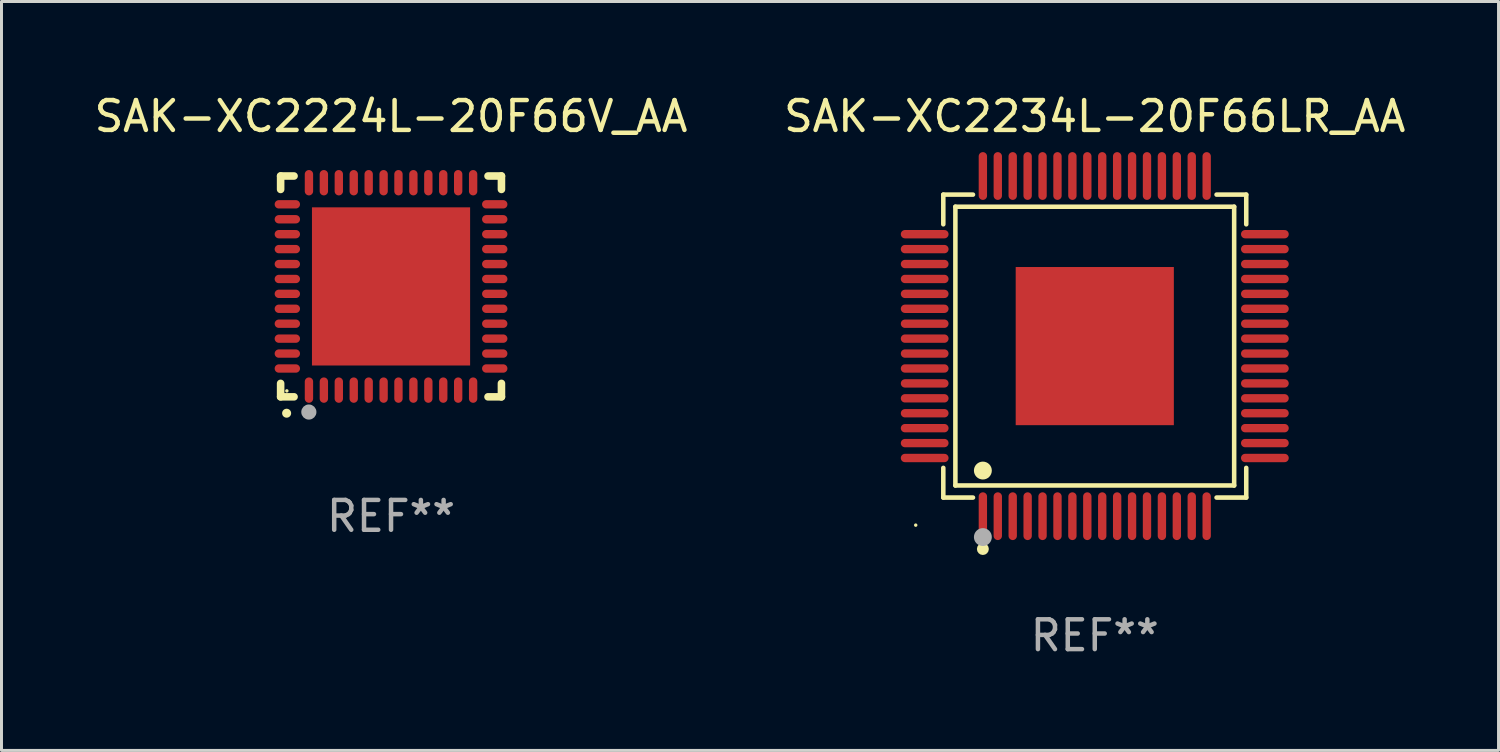
<source format=kicad_pcb>
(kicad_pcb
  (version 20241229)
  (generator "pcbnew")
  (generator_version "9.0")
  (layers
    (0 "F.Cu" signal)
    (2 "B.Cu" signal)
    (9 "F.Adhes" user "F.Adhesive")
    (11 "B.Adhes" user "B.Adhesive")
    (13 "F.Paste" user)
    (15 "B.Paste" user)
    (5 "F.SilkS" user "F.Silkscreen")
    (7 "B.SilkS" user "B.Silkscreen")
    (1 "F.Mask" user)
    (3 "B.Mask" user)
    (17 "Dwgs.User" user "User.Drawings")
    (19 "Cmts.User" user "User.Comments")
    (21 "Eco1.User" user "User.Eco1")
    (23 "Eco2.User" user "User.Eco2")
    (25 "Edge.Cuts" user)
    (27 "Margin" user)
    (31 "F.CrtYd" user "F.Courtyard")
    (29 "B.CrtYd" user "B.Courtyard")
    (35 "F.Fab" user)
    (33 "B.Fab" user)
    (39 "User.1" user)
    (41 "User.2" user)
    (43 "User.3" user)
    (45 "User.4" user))
  (footprint "SAK-XC2224L-20F66V_AA"
    (layer "F.Cu")
    (at 10.054 6.548)
    (property "Reference" "SAK-XC2224L-20F66V_AA" (at 0 -5.7 0) (layer "F.SilkS") (effects (font (size 1 1) (thickness 0.15))))
    (attr through_hole)
    (fp_line (start -3.7 -3.7) (end -3.25 -3.7) (stroke (width 0.254) (type solid)) (layer "F.SilkS"))
    (fp_line (start -3.7 -3.25) (end -3.7 -3.7) (stroke (width 0.254) (type solid)) (layer "F.SilkS"))
    (fp_line (start -3.7 3.7) (end -3.7 3.25) (stroke (width 0.254) (type solid)) (layer "F.SilkS"))
    (fp_line (start -3.25 3.7) (end -3.7 3.7) (stroke (width 0.254) (type solid)) (layer "F.SilkS"))
    (fp_line (start 3.25 3.7) (end 3.7 3.7) (stroke (width 0.254) (type solid)) (layer "F.SilkS"))
    (fp_line (start 3.7 -3.7) (end 3.25 -3.7) (stroke (width 0.254) (type solid)) (layer "F.SilkS"))
    (fp_line (start 3.7 -3.25) (end 3.7 -3.7) (stroke (width 0.254) (type solid)) (layer "F.SilkS"))
    (fp_line (start 3.7 3.7) (end 3.7 3.25) (stroke (width 0.254) (type solid)) (layer "F.SilkS"))
    (fp_arc (start -3.500127 4.249428) (mid -3.498857 4.249423) (end -3.497587 4.249428) (stroke (width 0.3) (type solid)) (layer "F.SilkS"))
    (fp_circle (center -3.491 3.501) (end -3.461 3.501) (stroke (width 0.06) (type solid)) (fill no) (layer "F.SilkS"))
    (fp_circle (center -2.754 4.21) (end -2.627 4.21) (stroke (width 0.254) (type solid)) (fill no) (layer "F.Fab"))
    (fp_text user "REF**" (at 0 7.7 0) (layer "F.Fab") (effects (font (size 1 1) (thickness 0.15))))
    (pad "1" smd oval (at -2.751 3.475) (size 0.28 0.85) (layers "F.Cu" "F.Mask" "F.Paste"))
    (pad "2" smd oval (at -2.251 3.475) (size 0.28 0.85) (layers "F.Cu" "F.Mask" "F.Paste"))
    (pad "3" smd oval (at -1.75 3.475) (size 0.28 0.85) (layers "F.Cu" "F.Mask" "F.Paste"))
    (pad "4" smd oval (at -1.25 3.475) (size 0.28 0.85) (layers "F.Cu" "F.Mask" "F.Paste"))
    (pad "5" smd oval (at -0.749 3.475) (size 0.28 0.85) (layers "F.Cu" "F.Mask" "F.Paste"))
    (pad "6" smd oval (at -0.249 3.475) (size 0.28 0.85) (layers "F.Cu" "F.Mask" "F.Paste"))
    (pad "7" smd oval (at 0.249 3.475) (size 0.28 0.85) (layers "F.Cu" "F.Mask" "F.Paste"))
    (pad "8" smd oval (at 0.749 3.475) (size 0.28 0.85) (layers "F.Cu" "F.Mask" "F.Paste"))
    (pad "9" smd oval (at 1.25 3.475) (size 0.28 0.85) (layers "F.Cu" "F.Mask" "F.Paste"))
    (pad "10" smd oval (at 1.75 3.475) (size 0.28 0.85) (layers "F.Cu" "F.Mask" "F.Paste"))
    (pad "11" smd oval (at 2.25 3.475) (size 0.28 0.85) (layers "F.Cu" "F.Mask" "F.Paste"))
    (pad "12" smd oval (at 2.751 3.475) (size 0.28 0.85) (layers "F.Cu" "F.Mask" "F.Paste"))
    (pad "13" smd oval (at 3.475 2.751) (size 0.85 0.28) (layers "F.Cu" "F.Mask" "F.Paste"))
    (pad "14" smd oval (at 3.475 2.251) (size 0.85 0.28) (layers "F.Cu" "F.Mask" "F.Paste"))
    (pad "15" smd oval (at 3.475 1.75) (size 0.85 0.28) (layers "F.Cu" "F.Mask" "F.Paste"))
    (pad "16" smd oval (at 3.475 1.25) (size 0.85 0.28) (layers "F.Cu" "F.Mask" "F.Paste"))
    (pad "17" smd oval (at 3.475 0.749) (size 0.85 0.28) (layers "F.Cu" "F.Mask" "F.Paste"))
    (pad "18" smd oval (at 3.475 0.249) (size 0.85 0.28) (layers "F.Cu" "F.Mask" "F.Paste"))
    (pad "19" smd oval (at 3.475 -0.249) (size 0.85 0.28) (layers "F.Cu" "F.Mask" "F.Paste"))
    (pad "20" smd oval (at 3.475 -0.749) (size 0.85 0.28) (layers "F.Cu" "F.Mask" "F.Paste"))
    (pad "21" smd oval (at 3.475 -1.25) (size 0.85 0.28) (layers "F.Cu" "F.Mask" "F.Paste"))
    (pad "22" smd oval (at 3.475 -1.75) (size 0.85 0.28) (layers "F.Cu" "F.Mask" "F.Paste"))
    (pad "23" smd oval (at 3.475 -2.25) (size 0.85 0.28) (layers "F.Cu" "F.Mask" "F.Paste"))
    (pad "24" smd oval (at 3.475 -2.751) (size 0.85 0.28) (layers "F.Cu" "F.Mask" "F.Paste"))
    (pad "25" smd oval (at 2.751 -3.475) (size 0.28 0.85) (layers "F.Cu" "F.Mask" "F.Paste"))
    (pad "26" smd oval (at 2.25 -3.475) (size 0.28 0.85) (layers "F.Cu" "F.Mask" "F.Paste"))
    (pad "27" smd oval (at 1.75 -3.475) (size 0.28 0.85) (layers "F.Cu" "F.Mask" "F.Paste"))
    (pad "28" smd oval (at 1.25 -3.475) (size 0.28 0.85) (layers "F.Cu" "F.Mask" "F.Paste"))
    (pad "29" smd oval (at 0.749 -3.475) (size 0.28 0.85) (layers "F.Cu" "F.Mask" "F.Paste"))
    (pad "30" smd oval (at 0.249 -3.475) (size 0.28 0.85) (layers "F.Cu" "F.Mask" "F.Paste"))
    (pad "31" smd oval (at -0.249 -3.475) (size 0.28 0.85) (layers "F.Cu" "F.Mask" "F.Paste"))
    (pad "32" smd oval (at -0.749 -3.475) (size 0.28 0.85) (layers "F.Cu" "F.Mask" "F.Paste"))
    (pad "33" smd oval (at -1.25 -3.475) (size 0.28 0.85) (layers "F.Cu" "F.Mask" "F.Paste"))
    (pad "34" smd oval (at -1.75 -3.475) (size 0.28 0.85) (layers "F.Cu" "F.Mask" "F.Paste"))
    (pad "35" smd oval (at -2.251 -3.475) (size 0.28 0.85) (layers "F.Cu" "F.Mask" "F.Paste"))
    (pad "36" smd oval (at -2.751 -3.475) (size 0.28 0.85) (layers "F.Cu" "F.Mask" "F.Paste"))
    (pad "37" smd oval (at -3.475 -2.751) (size 0.85 0.28) (layers "F.Cu" "F.Mask" "F.Paste"))
    (pad "38" smd oval (at -3.475 -2.25) (size 0.85 0.28) (layers "F.Cu" "F.Mask" "F.Paste"))
    (pad "39" smd oval (at -3.475 -1.75) (size 0.85 0.28) (layers "F.Cu" "F.Mask" "F.Paste"))
    (pad "40" smd oval (at -3.475 -1.25) (size 0.85 0.28) (layers "F.Cu" "F.Mask" "F.Paste"))
    (pad "41" smd oval (at -3.475 -0.749) (size 0.85 0.28) (layers "F.Cu" "F.Mask" "F.Paste"))
    (pad "42" smd oval (at -3.475 -0.249) (size 0.85 0.28) (layers "F.Cu" "F.Mask" "F.Paste"))
    (pad "43" smd oval (at -3.475 0.249) (size 0.85 0.28) (layers "F.Cu" "F.Mask" "F.Paste"))
    (pad "44" smd oval (at -3.475 0.749) (size 0.85 0.28) (layers "F.Cu" "F.Mask" "F.Paste"))
    (pad "45" smd oval (at -3.475 1.25) (size 0.85 0.28) (layers "F.Cu" "F.Mask" "F.Paste"))
    (pad "46" smd oval (at -3.475 1.75) (size 0.85 0.28) (layers "F.Cu" "F.Mask" "F.Paste"))
    (pad "47" smd oval (at -3.475 2.251) (size 0.85 0.28) (layers "F.Cu" "F.Mask" "F.Paste"))
    (pad "48" smd oval (at -3.475 2.751) (size 0.85 0.28) (layers "F.Cu" "F.Mask" "F.Paste"))
    (pad "49" smd rect (at -0.000102 0.000102) (size 5.3 5.3) (layers "F.Cu" "F.Mask" "F.Paste")))
  (footprint "SAK-XC2234L-20F66LR_AA"
    (layer "F.Cu")
    (at 33.637 8.548)
    (property "Reference" "SAK-XC2234L-20F66LR_AA" (at 0 -7.7 0) (layer "F.SilkS") (effects (font (size 1 1) (thickness 0.15))))
    (attr through_hole)
    (fp_line (start -5.076 -5.076) (end -4.081 -5.076) (stroke (width 0.152) (type solid)) (layer "F.SilkS"))
    (fp_line (start -5.076 -4.081) (end -5.076 -5.076) (stroke (width 0.152) (type solid)) (layer "F.SilkS"))
    (fp_line (start -5.076 4.081) (end -5.076 5.076) (stroke (width 0.152) (type solid)) (layer "F.SilkS"))
    (fp_line (start -5.076 5.076) (end -4.081 5.076) (stroke (width 0.152) (type solid)) (layer "F.SilkS"))
    (fp_line (start -4.671 -4.671) (end 4.671 -4.671) (stroke (width 0.152) (type solid)) (layer "F.SilkS"))
    (fp_line (start -4.671 4.671) (end -4.671 -4.671) (stroke (width 0.152) (type solid)) (layer "F.SilkS"))
    (fp_line (start 4.671 -4.671) (end 4.671 4.671) (stroke (width 0.152) (type solid)) (layer "F.SilkS"))
    (fp_line (start 4.671 4.671) (end -4.671 4.671) (stroke (width 0.152) (type solid)) (layer "F.SilkS"))
    (fp_line (start 5.076 -5.076) (end 4.081 -5.076) (stroke (width 0.152) (type solid)) (layer "F.SilkS"))
    (fp_line (start 5.076 -4.081) (end 5.076 -5.076) (stroke (width 0.152) (type solid)) (layer "F.SilkS"))
    (fp_line (start 5.076 4.081) (end 5.076 5.076) (stroke (width 0.152) (type solid)) (layer "F.SilkS"))
    (fp_line (start 5.076 5.076) (end 4.081 5.076) (stroke (width 0.152) (type solid)) (layer "F.SilkS"))
    (fp_circle (center -6 6) (end -5.97 6) (stroke (width 0.06) (type solid)) (fill no) (layer "F.SilkS"))
    (fp_circle (center -3.75 4.171) (end -3.6 4.171) (stroke (width 0.3) (type solid)) (fill no) (layer "F.SilkS"))
    (fp_circle (center -3.75 6.8) (end -3.65 6.8) (stroke (width 0.2) (type solid)) (fill no) (layer "F.SilkS"))
    (fp_circle (center -3.75 6.4) (end -3.6 6.4) (stroke (width 0.3) (type solid)) (fill no) (layer "F.Fab"))
    (fp_text user "REF**" (at 0 9.7 0) (layer "F.Fab") (effects (font (size 1 1) (thickness 0.15))))
    (pad "1" smd oval (at -3.75 5.7) (size 0.28 1.6) (layers "F.Cu" "F.Mask" "F.Paste"))
    (pad "2" smd oval (at -3.25 5.7) (size 0.28 1.6) (layers "F.Cu" "F.Mask" "F.Paste"))
    (pad "3" smd oval (at -2.75 5.7) (size 0.28 1.6) (layers "F.Cu" "F.Mask" "F.Paste"))
    (pad "4" smd oval (at -2.25 5.7) (size 0.28 1.6) (layers "F.Cu" "F.Mask" "F.Paste"))
    (pad "5" smd oval (at -1.75 5.7) (size 0.28 1.6) (layers "F.Cu" "F.Mask" "F.Paste"))
    (pad "6" smd oval (at -1.25 5.7) (size 0.28 1.6) (layers "F.Cu" "F.Mask" "F.Paste"))
    (pad "7" smd oval (at -0.75 5.7) (size 0.28 1.6) (layers "F.Cu" "F.Mask" "F.Paste"))
    (pad "8" smd oval (at -0.25 5.7) (size 0.28 1.6) (layers "F.Cu" "F.Mask" "F.Paste"))
    (pad "9" smd oval (at 0.25 5.7) (size 0.28 1.6) (layers "F.Cu" "F.Mask" "F.Paste"))
    (pad "10" smd oval (at 0.75 5.7) (size 0.28 1.6) (layers "F.Cu" "F.Mask" "F.Paste"))
    (pad "11" smd oval (at 1.25 5.7) (size 0.28 1.6) (layers "F.Cu" "F.Mask" "F.Paste"))
    (pad "12" smd oval (at 1.75 5.7) (size 0.28 1.6) (layers "F.Cu" "F.Mask" "F.Paste"))
    (pad "13" smd oval (at 2.25 5.7) (size 0.28 1.6) (layers "F.Cu" "F.Mask" "F.Paste"))
    (pad "14" smd oval (at 2.75 5.7) (size 0.28 1.6) (layers "F.Cu" "F.Mask" "F.Paste"))
    (pad "15" smd oval (at 3.25 5.7) (size 0.28 1.6) (layers "F.Cu" "F.Mask" "F.Paste"))
    (pad "16" smd oval (at 3.75 5.7) (size 0.28 1.6) (layers "F.Cu" "F.Mask" "F.Paste"))
    (pad "17" smd oval (at 5.7 3.75) (size 1.6 0.28) (layers "F.Cu" "F.Mask" "F.Paste"))
    (pad "18" smd oval (at 5.7 3.25) (size 1.6 0.28) (layers "F.Cu" "F.Mask" "F.Paste"))
    (pad "19" smd oval (at 5.7 2.75) (size 1.6 0.28) (layers "F.Cu" "F.Mask" "F.Paste"))
    (pad "20" smd oval (at 5.7 2.25) (size 1.6 0.28) (layers "F.Cu" "F.Mask" "F.Paste"))
    (pad "21" smd oval (at 5.7 1.75) (size 1.6 0.28) (layers "F.Cu" "F.Mask" "F.Paste"))
    (pad "22" smd oval (at 5.7 1.25) (size 1.6 0.28) (layers "F.Cu" "F.Mask" "F.Paste"))
    (pad "23" smd oval (at 5.7 0.75) (size 1.6 0.28) (layers "F.Cu" "F.Mask" "F.Paste"))
    (pad "24" smd oval (at 5.7 0.25) (size 1.6 0.28) (layers "F.Cu" "F.Mask" "F.Paste"))
    (pad "25" smd oval (at 5.7 -0.25) (size 1.6 0.28) (layers "F.Cu" "F.Mask" "F.Paste"))
    (pad "26" smd oval (at 5.7 -0.75) (size 1.6 0.28) (layers "F.Cu" "F.Mask" "F.Paste"))
    (pad "27" smd oval (at 5.7 -1.25) (size 1.6 0.28) (layers "F.Cu" "F.Mask" "F.Paste"))
    (pad "28" smd oval (at 5.7 -1.75) (size 1.6 0.28) (layers "F.Cu" "F.Mask" "F.Paste"))
    (pad "29" smd oval (at 5.7 -2.25) (size 1.6 0.28) (layers "F.Cu" "F.Mask" "F.Paste"))
    (pad "30" smd oval (at 5.7 -2.75) (size 1.6 0.28) (layers "F.Cu" "F.Mask" "F.Paste"))
    (pad "31" smd oval (at 5.7 -3.25) (size 1.6 0.28) (layers "F.Cu" "F.Mask" "F.Paste"))
    (pad "32" smd oval (at 5.7 -3.75) (size 1.6 0.28) (layers "F.Cu" "F.Mask" "F.Paste"))
    (pad "33" smd oval (at 3.75 -5.7) (size 0.28 1.6) (layers "F.Cu" "F.Mask" "F.Paste"))
    (pad "34" smd oval (at 3.25 -5.7) (size 0.28 1.6) (layers "F.Cu" "F.Mask" "F.Paste"))
    (pad "35" smd oval (at 2.75 -5.7) (size 0.28 1.6) (layers "F.Cu" "F.Mask" "F.Paste"))
    (pad "36" smd oval (at 2.25 -5.7) (size 0.28 1.6) (layers "F.Cu" "F.Mask" "F.Paste"))
    (pad "37" smd oval (at 1.75 -5.7) (size 0.28 1.6) (layers "F.Cu" "F.Mask" "F.Paste"))
    (pad "38" smd oval (at 1.25 -5.7) (size 0.28 1.6) (layers "F.Cu" "F.Mask" "F.Paste"))
    (pad "39" smd oval (at 0.75 -5.7) (size 0.28 1.6) (layers "F.Cu" "F.Mask" "F.Paste"))
    (pad "40" smd oval (at 0.25 -5.7) (size 0.28 1.6) (layers "F.Cu" "F.Mask" "F.Paste"))
    (pad "41" smd oval (at -0.25 -5.7) (size 0.28 1.6) (layers "F.Cu" "F.Mask" "F.Paste"))
    (pad "42" smd oval (at -0.75 -5.7) (size 0.28 1.6) (layers "F.Cu" "F.Mask" "F.Paste"))
    (pad "43" smd oval (at -1.25 -5.7) (size 0.28 1.6) (layers "F.Cu" "F.Mask" "F.Paste"))
    (pad "44" smd oval (at -1.75 -5.7) (size 0.28 1.6) (layers "F.Cu" "F.Mask" "F.Paste"))
    (pad "45" smd oval (at -2.25 -5.7) (size 0.28 1.6) (layers "F.Cu" "F.Mask" "F.Paste"))
    (pad "46" smd oval (at -2.75 -5.7) (size 0.28 1.6) (layers "F.Cu" "F.Mask" "F.Paste"))
    (pad "47" smd oval (at -3.25 -5.7) (size 0.28 1.6) (layers "F.Cu" "F.Mask" "F.Paste"))
    (pad "48" smd oval (at -3.75 -5.7) (size 0.28 1.6) (layers "F.Cu" "F.Mask" "F.Paste"))
    (pad "49" smd oval (at -5.7 -3.75) (size 1.6 0.28) (layers "F.Cu" "F.Mask" "F.Paste"))
    (pad "50" smd oval (at -5.7 -3.25) (size 1.6 0.28) (layers "F.Cu" "F.Mask" "F.Paste"))
    (pad "51" smd oval (at -5.7 -2.75) (size 1.6 0.28) (layers "F.Cu" "F.Mask" "F.Paste"))
    (pad "52" smd oval (at -5.7 -2.25) (size 1.6 0.28) (layers "F.Cu" "F.Mask" "F.Paste"))
    (pad "53" smd oval (at -5.7 -1.75) (size 1.6 0.28) (layers "F.Cu" "F.Mask" "F.Paste"))
    (pad "54" smd oval (at -5.7 -1.25) (size 1.6 0.28) (layers "F.Cu" "F.Mask" "F.Paste"))
    (pad "55" smd oval (at -5.7 -0.75) (size 1.6 0.28) (layers "F.Cu" "F.Mask" "F.Paste"))
    (pad "56" smd oval (at -5.7 -0.25) (size 1.6 0.28) (layers "F.Cu" "F.Mask" "F.Paste"))
    (pad "57" smd oval (at -5.7 0.25) (size 1.6 0.28) (layers "F.Cu" "F.Mask" "F.Paste"))
    (pad "58" smd oval (at -5.7 0.75) (size 1.6 0.28) (layers "F.Cu" "F.Mask" "F.Paste"))
    (pad "59" smd oval (at -5.7 1.25) (size 1.6 0.28) (layers "F.Cu" "F.Mask" "F.Paste"))
    (pad "60" smd oval (at -5.7 1.75) (size 1.6 0.28) (layers "F.Cu" "F.Mask" "F.Paste"))
    (pad "61" smd oval (at -5.7 2.25) (size 1.6 0.28) (layers "F.Cu" "F.Mask" "F.Paste"))
    (pad "62" smd oval (at -5.7 2.75) (size 1.6 0.28) (layers "F.Cu" "F.Mask" "F.Paste"))
    (pad "63" smd oval (at -5.7 3.25) (size 1.6 0.28) (layers "F.Cu" "F.Mask" "F.Paste"))
    (pad "64" smd oval (at -5.7 3.75) (size 1.6 0.28) (layers "F.Cu" "F.Mask" "F.Paste"))
    (pad "65" smd rect (at 0 0) (size 5.3 5.3) (layers "F.Cu" "F.Mask" "F.Paste")))
  (gr_rect
    (start -3 -3)
    (end 47.167 22.097)
    (stroke (width 0.1) (type default))
    (fill no)
    (layer "Edge.Cuts")))
</source>
